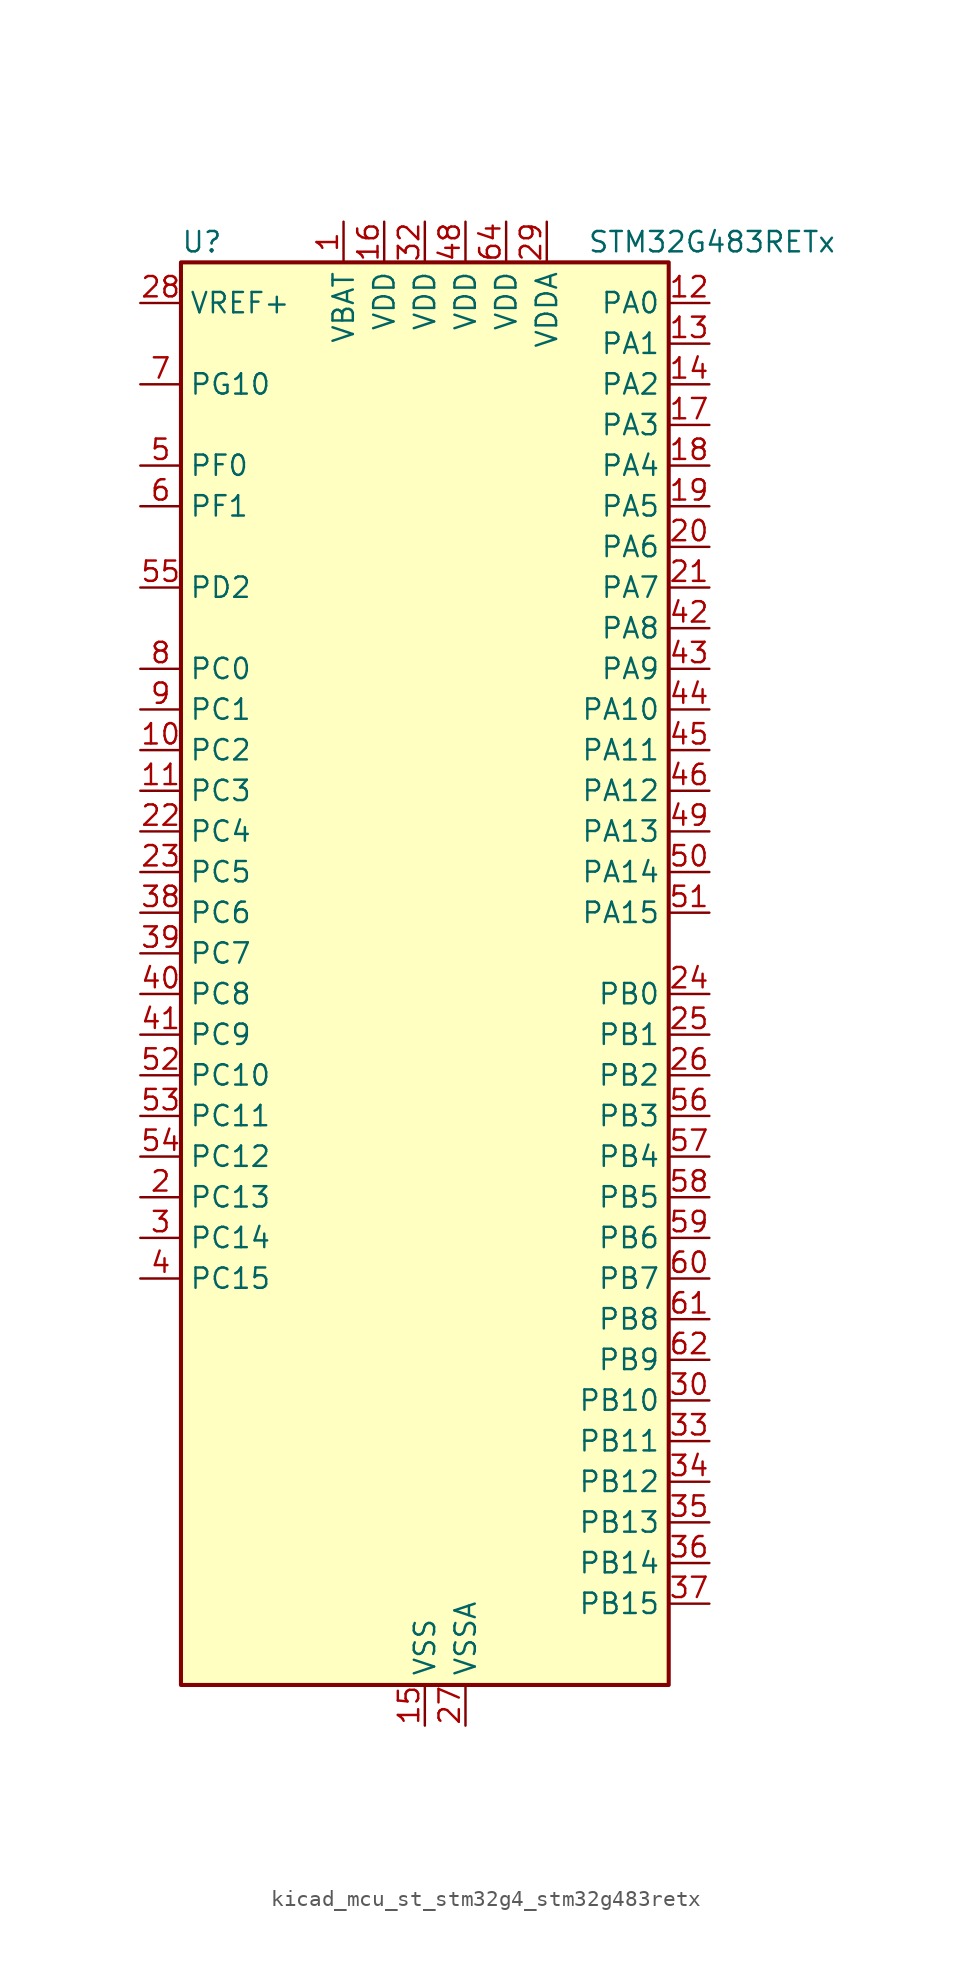
<source format=kicad_sym>
(kicad_symbol_lib
  (version 20220914)
  (generator kicad_symbol_editor)
  (symbol "kicad_mcu_st_stm32g4_stm32g483retx"
    (property "Reference" "U"
      (at -15.24 46.99 0)
      (effects (font (size 1.27 1.27)) (justify left)))
    (property "Value" "STM32G483RETx"
      (at 10.16 46.99 0)
      (effects (font (size 1.27 1.27)) (justify left)))
    (property "ki_locked" ""
      (at 0 0 0)
      (effects (font (size 1.27 1.27))))
    (symbol "kicad_mcu_st_stm32g4_stm32g483retx_0_1"
      (rectangle (start -15.24 -43.18) (end 15.24 45.72) (stroke (width 0.254) (type default)) (fill (type background))))
    (symbol "kicad_mcu_st_stm32g4_stm32g483retx_1_1"
      (pin power_in line (at -5.08 48.26 270) (length 2.54) (name "VBAT" (effects (font (size 1.27 1.27)))) (number "1" (effects (font (size 1.27 1.27)))))
      (pin bidirectional line (at -17.78 15.24 0) (length 2.54) (name "PC2" (effects (font (size 1.27 1.27)))) (number "10" (effects (font (size 1.27 1.27)))) (alternate "ADC1_IN8" bidirectional line) (alternate "ADC2_IN8" bidirectional line) (alternate "ADC3_EXTI2" bidirectional line) (alternate "ADC4_EXTI2" bidirectional line) (alternate "ADC5_EXTI2" bidirectional line) (alternate "COMP3_OUT" bidirectional line) (alternate "LPTIM1_IN2" bidirectional line) (alternate "QUADSPI1_BK2_IO1" bidirectional line) (alternate "TIM1_CH3" bidirectional line) (alternate "TIM20_CH2" bidirectional line))
      (pin bidirectional line (at -17.78 12.7 0) (length 2.54) (name "PC3" (effects (font (size 1.27 1.27)))) (number "11" (effects (font (size 1.27 1.27)))) (alternate "ADC1_IN9" bidirectional line) (alternate "ADC2_IN9" bidirectional line) (alternate "ADC3_EXTI3" bidirectional line) (alternate "ADC4_EXTI3" bidirectional line) (alternate "ADC5_EXTI3" bidirectional line) (alternate "LPTIM1_ETR" bidirectional line) (alternate "OPAMP5_VINP" bidirectional line) (alternate "OPAMP5_VINP_SEC" bidirectional line) (alternate "QUADSPI1_BK2_IO2" bidirectional line) (alternate "SAI1_D1" bidirectional line) (alternate "SAI1_SD_A" bidirectional line) (alternate "TIM1_BKIN2" bidirectional line) (alternate "TIM1_CH4" bidirectional line))
      (pin bidirectional line (at 17.78 43.18 180) (length 2.54) (name "PA0" (effects (font (size 1.27 1.27)))) (number "12" (effects (font (size 1.27 1.27)))) (alternate "ADC1_IN1" bidirectional line) (alternate "ADC2_IN1" bidirectional line) (alternate "COMP1_INM" bidirectional line) (alternate "COMP1_OUT" bidirectional line) (alternate "COMP3_INP" bidirectional line) (alternate "RTC_TAMP2" bidirectional line) (alternate "SYS_WKUP1" bidirectional line) (alternate "TIM2_CH1" bidirectional line) (alternate "TIM2_ETR" bidirectional line) (alternate "TIM5_CH1" bidirectional line) (alternate "TIM8_BKIN" bidirectional line) (alternate "TIM8_ETR" bidirectional line) (alternate "USART2_CTS" bidirectional line) (alternate "USART2_NSS" bidirectional line))
      (pin bidirectional line (at 17.78 40.64 180) (length 2.54) (name "PA1" (effects (font (size 1.27 1.27)))) (number "13" (effects (font (size 1.27 1.27)))) (alternate "ADC1_IN2" bidirectional line) (alternate "ADC2_IN2" bidirectional line) (alternate "COMP1_INP" bidirectional line) (alternate "OPAMP1_VINP" bidirectional line) (alternate "OPAMP1_VINP_SEC" bidirectional line) (alternate "OPAMP3_VINP" bidirectional line) (alternate "OPAMP3_VINP_SEC" bidirectional line) (alternate "OPAMP6_VINM" bidirectional line) (alternate "OPAMP6_VINM0" bidirectional line) (alternate "OPAMP6_VINM_SEC" bidirectional line) (alternate "RTC_REFIN" bidirectional line) (alternate "TIM15_CH1N" bidirectional line) (alternate "TIM2_CH2" bidirectional line) (alternate "TIM5_CH2" bidirectional line) (alternate "USART2_DE" bidirectional line) (alternate "USART2_RTS" bidirectional line))
      (pin bidirectional line (at 17.78 38.1 180) (length 2.54) (name "PA2" (effects (font (size 1.27 1.27)))) (number "14" (effects (font (size 1.27 1.27)))) (alternate "ADC1_IN3" bidirectional line) (alternate "ADC3_EXTI2" bidirectional line) (alternate "ADC4_EXTI2" bidirectional line) (alternate "ADC5_EXTI2" bidirectional line) (alternate "COMP2_INM" bidirectional line) (alternate "COMP2_OUT" bidirectional line) (alternate "LPUART1_TX" bidirectional line) (alternate "OPAMP1_VOUT" bidirectional line) (alternate "QUADSPI1_BK1_NCS" bidirectional line) (alternate "RCC_LSCO" bidirectional line) (alternate "SYS_WKUP4" bidirectional line) (alternate "TIM15_CH1" bidirectional line) (alternate "TIM2_CH3" bidirectional line) (alternate "TIM5_CH3" bidirectional line) (alternate "UCPD1_FRSTX1" bidirectional line) (alternate "UCPD1_FRSTX2" bidirectional line) (alternate "USART2_TX" bidirectional line))
      (pin power_in line (at 0 -45.72 90) (length 2.54) (name "VSS" (effects (font (size 1.27 1.27)))) (number "15" (effects (font (size 1.27 1.27)))))
      (pin power_in line (at -2.54 48.26 270) (length 2.54) (name "VDD" (effects (font (size 1.27 1.27)))) (number "16" (effects (font (size 1.27 1.27)))))
      (pin bidirectional line (at 17.78 35.56 180) (length 2.54) (name "PA3" (effects (font (size 1.27 1.27)))) (number "17" (effects (font (size 1.27 1.27)))) (alternate "ADC1_IN4" bidirectional line) (alternate "ADC3_EXTI3" bidirectional line) (alternate "ADC4_EXTI3" bidirectional line) (alternate "ADC5_EXTI3" bidirectional line) (alternate "COMP2_INP" bidirectional line) (alternate "LPUART1_RX" bidirectional line) (alternate "OPAMP1_VINM" bidirectional line) (alternate "OPAMP1_VINM0" bidirectional line) (alternate "OPAMP1_VINM_SEC" bidirectional line) (alternate "OPAMP1_VINP" bidirectional line) (alternate "OPAMP1_VINP_SEC" bidirectional line) (alternate "OPAMP5_VINM" bidirectional line) (alternate "OPAMP5_VINM1" bidirectional line) (alternate "OPAMP5_VINM_SEC" bidirectional line) (alternate "QUADSPI1_CLK" bidirectional line) (alternate "SAI1_CK1" bidirectional line) (alternate "SAI1_MCLK_A" bidirectional line) (alternate "TIM15_CH2" bidirectional line) (alternate "TIM2_CH4" bidirectional line) (alternate "TIM5_CH4" bidirectional line) (alternate "USART2_RX" bidirectional line))
      (pin bidirectional line (at 17.78 33.02 180) (length 2.54) (name "PA4" (effects (font (size 1.27 1.27)))) (number "18" (effects (font (size 1.27 1.27)))) (alternate "ADC2_IN17" bidirectional line) (alternate "COMP1_INM" bidirectional line) (alternate "DAC1_OUT1" bidirectional line) (alternate "I2S3_WS" bidirectional line) (alternate "SAI1_FS_B" bidirectional line) (alternate "SPI1_NSS" bidirectional line) (alternate "SPI3_NSS" bidirectional line) (alternate "TIM3_CH2" bidirectional line) (alternate "USART2_CK" bidirectional line))
      (pin bidirectional line (at 17.78 30.48 180) (length 2.54) (name "PA5" (effects (font (size 1.27 1.27)))) (number "19" (effects (font (size 1.27 1.27)))) (alternate "ADC2_IN13" bidirectional line) (alternate "COMP2_INM" bidirectional line) (alternate "DAC1_OUT2" bidirectional line) (alternate "OPAMP2_VINM" bidirectional line) (alternate "OPAMP2_VINM0" bidirectional line) (alternate "OPAMP2_VINM_SEC" bidirectional line) (alternate "SPI1_SCK" bidirectional line) (alternate "TIM2_CH1" bidirectional line) (alternate "TIM2_ETR" bidirectional line) (alternate "UCPD1_FRSTX1" bidirectional line) (alternate "UCPD1_FRSTX2" bidirectional line))
      (pin bidirectional line (at -17.78 -12.7 0) (length 2.54) (name "PC13" (effects (font (size 1.27 1.27)))) (number "2" (effects (font (size 1.27 1.27)))) (alternate "RTC_OUT1" bidirectional line) (alternate "RTC_TAMP1" bidirectional line) (alternate "RTC_TS" bidirectional line) (alternate "SYS_WKUP2" bidirectional line) (alternate "TIM1_BKIN" bidirectional line) (alternate "TIM1_CH1N" bidirectional line) (alternate "TIM8_CH4N" bidirectional line))
      (pin bidirectional line (at 17.78 27.94 180) (length 2.54) (name "PA6" (effects (font (size 1.27 1.27)))) (number "20" (effects (font (size 1.27 1.27)))) (alternate "ADC2_IN3" bidirectional line) (alternate "COMP1_OUT" bidirectional line) (alternate "DAC2_OUT1" bidirectional line) (alternate "LPUART1_CTS" bidirectional line) (alternate "OPAMP2_VOUT" bidirectional line) (alternate "QUADSPI1_BK1_IO3" bidirectional line) (alternate "SPI1_MISO" bidirectional line) (alternate "TIM16_CH1" bidirectional line) (alternate "TIM1_BKIN" bidirectional line) (alternate "TIM3_CH1" bidirectional line) (alternate "TIM8_BKIN" bidirectional line))
      (pin bidirectional line (at 17.78 25.4 180) (length 2.54) (name "PA7" (effects (font (size 1.27 1.27)))) (number "21" (effects (font (size 1.27 1.27)))) (alternate "ADC2_IN4" bidirectional line) (alternate "COMP2_INP" bidirectional line) (alternate "COMP2_OUT" bidirectional line) (alternate "OPAMP1_VINP" bidirectional line) (alternate "OPAMP1_VINP_SEC" bidirectional line) (alternate "OPAMP2_VINP" bidirectional line) (alternate "OPAMP2_VINP_SEC" bidirectional line) (alternate "QUADSPI1_BK1_IO2" bidirectional line) (alternate "SPI1_MOSI" bidirectional line) (alternate "TIM17_CH1" bidirectional line) (alternate "TIM1_CH1N" bidirectional line) (alternate "TIM3_CH2" bidirectional line) (alternate "TIM8_CH1N" bidirectional line) (alternate "UCPD1_FRSTX1" bidirectional line) (alternate "UCPD1_FRSTX2" bidirectional line))
      (pin bidirectional line (at -17.78 10.16 0) (length 2.54) (name "PC4" (effects (font (size 1.27 1.27)))) (number "22" (effects (font (size 1.27 1.27)))) (alternate "ADC2_IN5" bidirectional line) (alternate "I2C2_SCL" bidirectional line) (alternate "QUADSPI1_BK2_IO3" bidirectional line) (alternate "TIM1_ETR" bidirectional line) (alternate "USART1_TX" bidirectional line))
      (pin bidirectional line (at -17.78 7.62 0) (length 2.54) (name "PC5" (effects (font (size 1.27 1.27)))) (number "23" (effects (font (size 1.27 1.27)))) (alternate "ADC2_IN11" bidirectional line) (alternate "OPAMP1_VINM" bidirectional line) (alternate "OPAMP1_VINM1" bidirectional line) (alternate "OPAMP1_VINM_SEC" bidirectional line) (alternate "OPAMP2_VINM" bidirectional line) (alternate "OPAMP2_VINM1" bidirectional line) (alternate "OPAMP2_VINM_SEC" bidirectional line) (alternate "SAI1_D3" bidirectional line) (alternate "SYS_WKUP5" bidirectional line) (alternate "TIM15_BKIN" bidirectional line) (alternate "TIM1_CH4N" bidirectional line) (alternate "USART1_RX" bidirectional line))
      (pin bidirectional line (at 17.78 0 180) (length 2.54) (name "PB0" (effects (font (size 1.27 1.27)))) (number "24" (effects (font (size 1.27 1.27)))) (alternate "ADC1_IN15" bidirectional line) (alternate "ADC3_IN12" bidirectional line) (alternate "COMP4_INP" bidirectional line) (alternate "OPAMP2_VINP" bidirectional line) (alternate "OPAMP2_VINP_SEC" bidirectional line) (alternate "OPAMP3_VINP" bidirectional line) (alternate "OPAMP3_VINP_SEC" bidirectional line) (alternate "QUADSPI1_BK1_IO1" bidirectional line) (alternate "TIM1_CH2N" bidirectional line) (alternate "TIM3_CH3" bidirectional line) (alternate "TIM8_CH2N" bidirectional line) (alternate "UCPD1_FRSTX1" bidirectional line) (alternate "UCPD1_FRSTX2" bidirectional line))
      (pin bidirectional line (at 17.78 -2.54 180) (length 2.54) (name "PB1" (effects (font (size 1.27 1.27)))) (number "25" (effects (font (size 1.27 1.27)))) (alternate "ADC1_IN12" bidirectional line) (alternate "ADC3_IN1" bidirectional line) (alternate "COMP1_INP" bidirectional line) (alternate "COMP4_OUT" bidirectional line) (alternate "LPUART1_DE" bidirectional line) (alternate "LPUART1_RTS" bidirectional line) (alternate "OPAMP3_VOUT" bidirectional line) (alternate "OPAMP6_VINM" bidirectional line) (alternate "OPAMP6_VINM1" bidirectional line) (alternate "OPAMP6_VINM_SEC" bidirectional line) (alternate "QUADSPI1_BK1_IO0" bidirectional line) (alternate "TIM1_CH3N" bidirectional line) (alternate "TIM3_CH4" bidirectional line) (alternate "TIM8_CH3N" bidirectional line))
      (pin bidirectional line (at 17.78 -5.08 180) (length 2.54) (name "PB2" (effects (font (size 1.27 1.27)))) (number "26" (effects (font (size 1.27 1.27)))) (alternate "ADC2_IN12" bidirectional line) (alternate "ADC3_EXTI2" bidirectional line) (alternate "ADC4_EXTI2" bidirectional line) (alternate "ADC5_EXTI2" bidirectional line) (alternate "COMP4_INM" bidirectional line) (alternate "I2C3_SMBA" bidirectional line) (alternate "LPTIM1_OUT" bidirectional line) (alternate "OPAMP3_VINM" bidirectional line) (alternate "OPAMP3_VINM0" bidirectional line) (alternate "OPAMP3_VINM_SEC" bidirectional line) (alternate "QUADSPI1_BK2_IO1" bidirectional line) (alternate "RTC_OUT2" bidirectional line) (alternate "TIM20_CH1" bidirectional line) (alternate "TIM5_CH1" bidirectional line))
      (pin power_in line (at 2.54 -45.72 90) (length 2.54) (name "VSSA" (effects (font (size 1.27 1.27)))) (number "27" (effects (font (size 1.27 1.27)))))
      (pin input line (at -17.78 43.18 0) (length 2.54) (name "VREF+" (effects (font (size 1.27 1.27)))) (number "28" (effects (font (size 1.27 1.27)))) (alternate "VREFBUF_OUT" bidirectional line))
      (pin power_in line (at 7.62 48.26 270) (length 2.54) (name "VDDA" (effects (font (size 1.27 1.27)))) (number "29" (effects (font (size 1.27 1.27)))))
      (pin bidirectional line (at -17.78 -15.24 0) (length 2.54) (name "PC14" (effects (font (size 1.27 1.27)))) (number "3" (effects (font (size 1.27 1.27)))) (alternate "RCC_OSC32_IN" bidirectional line))
      (pin bidirectional line (at 17.78 -25.4 180) (length 2.54) (name "PB10" (effects (font (size 1.27 1.27)))) (number "30" (effects (font (size 1.27 1.27)))) (alternate "COMP5_INM" bidirectional line) (alternate "DAC1_EXTI10" bidirectional line) (alternate "DAC2_EXTI10" bidirectional line) (alternate "DAC3_EXTI10" bidirectional line) (alternate "DAC4_EXTI10" bidirectional line) (alternate "LPUART1_RX" bidirectional line) (alternate "OPAMP3_VINM" bidirectional line) (alternate "OPAMP3_VINM1" bidirectional line) (alternate "OPAMP3_VINM_SEC" bidirectional line) (alternate "OPAMP4_VINM" bidirectional line) (alternate "OPAMP4_VINM0" bidirectional line) (alternate "OPAMP4_VINM_SEC" bidirectional line) (alternate "QUADSPI1_CLK" bidirectional line) (alternate "SAI1_SCK_A" bidirectional line) (alternate "TIM1_BKIN" bidirectional line) (alternate "TIM2_CH3" bidirectional line) (alternate "USART3_TX" bidirectional line))
      (pin passive line (at 0 -45.72 90) (length 2.54) hide (name "VSS" (effects (font (size 1.27 1.27)))) (number "31" (effects (font (size 1.27 1.27)))))
      (pin power_in line (at 0 48.26 270) (length 2.54) (name "VDD" (effects (font (size 1.27 1.27)))) (number "32" (effects (font (size 1.27 1.27)))))
      (pin bidirectional line (at 17.78 -27.94 180) (length 2.54) (name "PB11" (effects (font (size 1.27 1.27)))) (number "33" (effects (font (size 1.27 1.27)))) (alternate "ADC1_EXTI11" bidirectional line) (alternate "ADC1_IN14" bidirectional line) (alternate "ADC2_EXTI11" bidirectional line) (alternate "ADC2_IN14" bidirectional line) (alternate "COMP6_INP" bidirectional line) (alternate "LPUART1_TX" bidirectional line) (alternate "OPAMP4_VINP" bidirectional line) (alternate "OPAMP4_VINP_SEC" bidirectional line) (alternate "OPAMP6_VOUT" bidirectional line) (alternate "QUADSPI1_BK1_NCS" bidirectional line) (alternate "TIM2_CH4" bidirectional line) (alternate "USART3_RX" bidirectional line))
      (pin bidirectional line (at 17.78 -30.48 180) (length 2.54) (name "PB12" (effects (font (size 1.27 1.27)))) (number "34" (effects (font (size 1.27 1.27)))) (alternate "ADC1_IN11" bidirectional line) (alternate "ADC4_IN3" bidirectional line) (alternate "COMP7_INM" bidirectional line) (alternate "FDCAN2_RX" bidirectional line) (alternate "I2C2_SMBA" bidirectional line) (alternate "I2S2_WS" bidirectional line) (alternate "LPUART1_DE" bidirectional line) (alternate "LPUART1_RTS" bidirectional line) (alternate "OPAMP4_VOUT" bidirectional line) (alternate "OPAMP6_VINP" bidirectional line) (alternate "OPAMP6_VINP_SEC" bidirectional line) (alternate "SPI2_NSS" bidirectional line) (alternate "TIM1_BKIN" bidirectional line) (alternate "TIM5_ETR" bidirectional line) (alternate "USART3_CK" bidirectional line))
      (pin bidirectional line (at 17.78 -33.02 180) (length 2.54) (name "PB13" (effects (font (size 1.27 1.27)))) (number "35" (effects (font (size 1.27 1.27)))) (alternate "ADC3_IN5" bidirectional line) (alternate "COMP5_INP" bidirectional line) (alternate "FDCAN2_TX" bidirectional line) (alternate "I2S2_CK" bidirectional line) (alternate "LPUART1_CTS" bidirectional line) (alternate "OPAMP3_VINP" bidirectional line) (alternate "OPAMP3_VINP_SEC" bidirectional line) (alternate "OPAMP4_VINP" bidirectional line) (alternate "OPAMP4_VINP_SEC" bidirectional line) (alternate "OPAMP6_VINP" bidirectional line) (alternate "OPAMP6_VINP_SEC" bidirectional line) (alternate "SPI2_SCK" bidirectional line) (alternate "TIM1_CH1N" bidirectional line) (alternate "USART3_CTS" bidirectional line) (alternate "USART3_NSS" bidirectional line))
      (pin bidirectional line (at 17.78 -35.56 180) (length 2.54) (name "PB14" (effects (font (size 1.27 1.27)))) (number "36" (effects (font (size 1.27 1.27)))) (alternate "ADC1_IN5" bidirectional line) (alternate "ADC4_IN4" bidirectional line) (alternate "COMP4_OUT" bidirectional line) (alternate "COMP7_INP" bidirectional line) (alternate "OPAMP2_VINP" bidirectional line) (alternate "OPAMP2_VINP_SEC" bidirectional line) (alternate "OPAMP5_VINP" bidirectional line) (alternate "OPAMP5_VINP_SEC" bidirectional line) (alternate "SPI2_MISO" bidirectional line) (alternate "TIM15_CH1" bidirectional line) (alternate "TIM1_CH2N" bidirectional line) (alternate "USART3_DE" bidirectional line) (alternate "USART3_RTS" bidirectional line))
      (pin bidirectional line (at 17.78 -38.1 180) (length 2.54) (name "PB15" (effects (font (size 1.27 1.27)))) (number "37" (effects (font (size 1.27 1.27)))) (alternate "ADC1_EXTI15" bidirectional line) (alternate "ADC2_EXTI15" bidirectional line) (alternate "ADC2_IN15" bidirectional line) (alternate "ADC4_IN5" bidirectional line) (alternate "COMP3_OUT" bidirectional line) (alternate "COMP6_INM" bidirectional line) (alternate "I2S2_SD" bidirectional line) (alternate "OPAMP5_VINM" bidirectional line) (alternate "OPAMP5_VINM0" bidirectional line) (alternate "OPAMP5_VINM_SEC" bidirectional line) (alternate "RTC_REFIN" bidirectional line) (alternate "SPI2_MOSI" bidirectional line) (alternate "TIM15_CH1N" bidirectional line) (alternate "TIM15_CH2" bidirectional line) (alternate "TIM1_CH3N" bidirectional line))
      (pin bidirectional line (at -17.78 5.08 0) (length 2.54) (name "PC6" (effects (font (size 1.27 1.27)))) (number "38" (effects (font (size 1.27 1.27)))) (alternate "COMP6_OUT" bidirectional line) (alternate "I2C4_SCL" bidirectional line) (alternate "I2S2_MCK" bidirectional line) (alternate "TIM3_CH1" bidirectional line) (alternate "TIM8_CH1" bidirectional line))
      (pin bidirectional line (at -17.78 2.54 0) (length 2.54) (name "PC7" (effects (font (size 1.27 1.27)))) (number "39" (effects (font (size 1.27 1.27)))) (alternate "COMP5_OUT" bidirectional line) (alternate "I2C4_SDA" bidirectional line) (alternate "I2S3_MCK" bidirectional line) (alternate "TIM3_CH2" bidirectional line) (alternate "TIM8_CH2" bidirectional line))
      (pin bidirectional line (at -17.78 -17.78 0) (length 2.54) (name "PC15" (effects (font (size 1.27 1.27)))) (number "4" (effects (font (size 1.27 1.27)))) (alternate "ADC1_EXTI15" bidirectional line) (alternate "ADC2_EXTI15" bidirectional line) (alternate "RCC_OSC32_OUT" bidirectional line))
      (pin bidirectional line (at -17.78 0 0) (length 2.54) (name "PC8" (effects (font (size 1.27 1.27)))) (number "40" (effects (font (size 1.27 1.27)))) (alternate "COMP7_OUT" bidirectional line) (alternate "I2C3_SCL" bidirectional line) (alternate "TIM20_CH3" bidirectional line) (alternate "TIM3_CH3" bidirectional line) (alternate "TIM8_CH3" bidirectional line))
      (pin bidirectional line (at -17.78 -2.54 0) (length 2.54) (name "PC9" (effects (font (size 1.27 1.27)))) (number "41" (effects (font (size 1.27 1.27)))) (alternate "DAC1_EXTI9" bidirectional line) (alternate "DAC2_EXTI9" bidirectional line) (alternate "DAC3_EXTI9" bidirectional line) (alternate "DAC4_EXTI9" bidirectional line) (alternate "I2C3_SDA" bidirectional line) (alternate "I2S_CKIN" bidirectional line) (alternate "TIM3_CH4" bidirectional line) (alternate "TIM8_BKIN2" bidirectional line) (alternate "TIM8_CH4" bidirectional line))
      (pin bidirectional line (at 17.78 22.86 180) (length 2.54) (name "PA8" (effects (font (size 1.27 1.27)))) (number "42" (effects (font (size 1.27 1.27)))) (alternate "ADC5_IN1" bidirectional line) (alternate "COMP7_OUT" bidirectional line) (alternate "FDCAN3_RX" bidirectional line) (alternate "I2C2_SDA" bidirectional line) (alternate "I2C3_SCL" bidirectional line) (alternate "I2S2_MCK" bidirectional line) (alternate "OPAMP5_VOUT" bidirectional line) (alternate "RCC_MCO" bidirectional line) (alternate "SAI1_CK2" bidirectional line) (alternate "SAI1_SCK_A" bidirectional line) (alternate "TIM1_CH1" bidirectional line) (alternate "TIM4_ETR" bidirectional line) (alternate "USART1_CK" bidirectional line))
      (pin bidirectional line (at 17.78 20.32 180) (length 2.54) (name "PA9" (effects (font (size 1.27 1.27)))) (number "43" (effects (font (size 1.27 1.27)))) (alternate "ADC5_IN2" bidirectional line) (alternate "COMP5_OUT" bidirectional line) (alternate "DAC1_EXTI9" bidirectional line) (alternate "DAC2_EXTI9" bidirectional line) (alternate "DAC3_EXTI9" bidirectional line) (alternate "DAC4_EXTI9" bidirectional line) (alternate "I2C2_SCL" bidirectional line) (alternate "I2C3_SMBA" bidirectional line) (alternate "I2S3_MCK" bidirectional line) (alternate "SAI1_FS_A" bidirectional line) (alternate "TIM15_BKIN" bidirectional line) (alternate "TIM1_CH2" bidirectional line) (alternate "TIM2_CH3" bidirectional line) (alternate "UCPD1_DBCC1" bidirectional line) (alternate "USART1_TX" bidirectional line))
      (pin bidirectional line (at 17.78 17.78 180) (length 2.54) (name "PA10" (effects (font (size 1.27 1.27)))) (number "44" (effects (font (size 1.27 1.27)))) (alternate "COMP6_OUT" bidirectional line) (alternate "CRS_SYNC" bidirectional line) (alternate "DAC1_EXTI10" bidirectional line) (alternate "DAC2_EXTI10" bidirectional line) (alternate "DAC3_EXTI10" bidirectional line) (alternate "DAC4_EXTI10" bidirectional line) (alternate "I2C2_SMBA" bidirectional line) (alternate "SAI1_D1" bidirectional line) (alternate "SAI1_SD_A" bidirectional line) (alternate "SPI2_MISO" bidirectional line) (alternate "TIM17_BKIN" bidirectional line) (alternate "TIM1_CH3" bidirectional line) (alternate "TIM2_CH4" bidirectional line) (alternate "TIM8_BKIN" bidirectional line) (alternate "UCPD1_DBCC2" bidirectional line) (alternate "USART1_RX" bidirectional line))
      (pin bidirectional line (at 17.78 15.24 180) (length 2.54) (name "PA11" (effects (font (size 1.27 1.27)))) (number "45" (effects (font (size 1.27 1.27)))) (alternate "ADC1_EXTI11" bidirectional line) (alternate "ADC2_EXTI11" bidirectional line) (alternate "COMP1_OUT" bidirectional line) (alternate "FDCAN1_RX" bidirectional line) (alternate "I2S2_SD" bidirectional line) (alternate "SPI2_MOSI" bidirectional line) (alternate "TIM1_BKIN2" bidirectional line) (alternate "TIM1_CH1N" bidirectional line) (alternate "TIM1_CH4" bidirectional line) (alternate "TIM4_CH1" bidirectional line) (alternate "USART1_CTS" bidirectional line) (alternate "USART1_NSS" bidirectional line) (alternate "USB_DM" bidirectional line))
      (pin bidirectional line (at 17.78 12.7 180) (length 2.54) (name "PA12" (effects (font (size 1.27 1.27)))) (number "46" (effects (font (size 1.27 1.27)))) (alternate "COMP2_OUT" bidirectional line) (alternate "FDCAN1_TX" bidirectional line) (alternate "I2S_CKIN" bidirectional line) (alternate "TIM16_CH1" bidirectional line) (alternate "TIM1_CH2N" bidirectional line) (alternate "TIM1_ETR" bidirectional line) (alternate "TIM4_CH2" bidirectional line) (alternate "USART1_DE" bidirectional line) (alternate "USART1_RTS" bidirectional line) (alternate "USB_DP" bidirectional line))
      (pin passive line (at 0 -45.72 90) (length 2.54) hide (name "VSS" (effects (font (size 1.27 1.27)))) (number "47" (effects (font (size 1.27 1.27)))))
      (pin power_in line (at 2.54 48.26 270) (length 2.54) (name "VDD" (effects (font (size 1.27 1.27)))) (number "48" (effects (font (size 1.27 1.27)))))
      (pin bidirectional line (at 17.78 10.16 180) (length 2.54) (name "PA13" (effects (font (size 1.27 1.27)))) (number "49" (effects (font (size 1.27 1.27)))) (alternate "I2C1_SCL" bidirectional line) (alternate "I2C4_SCL" bidirectional line) (alternate "IR_OUT" bidirectional line) (alternate "SAI1_SD_B" bidirectional line) (alternate "SYS_JTMS-SWDIO" bidirectional line) (alternate "TIM16_CH1N" bidirectional line) (alternate "TIM4_CH3" bidirectional line) (alternate "USART3_CTS" bidirectional line) (alternate "USART3_NSS" bidirectional line))
      (pin bidirectional line (at -17.78 33.02 0) (length 2.54) (name "PF0" (effects (font (size 1.27 1.27)))) (number "5" (effects (font (size 1.27 1.27)))) (alternate "ADC1_IN10" bidirectional line) (alternate "I2C2_SDA" bidirectional line) (alternate "I2S2_WS" bidirectional line) (alternate "RCC_OSC_IN" bidirectional line) (alternate "SPI2_NSS" bidirectional line) (alternate "TIM1_CH3N" bidirectional line))
      (pin bidirectional line (at 17.78 7.62 180) (length 2.54) (name "PA14" (effects (font (size 1.27 1.27)))) (number "50" (effects (font (size 1.27 1.27)))) (alternate "I2C1_SDA" bidirectional line) (alternate "I2C4_SMBA" bidirectional line) (alternate "LPTIM1_OUT" bidirectional line) (alternate "SAI1_FS_B" bidirectional line) (alternate "SYS_JTCK-SWCLK" bidirectional line) (alternate "TIM1_BKIN" bidirectional line) (alternate "TIM8_CH2" bidirectional line) (alternate "USART2_TX" bidirectional line))
      (pin bidirectional line (at 17.78 5.08 180) (length 2.54) (name "PA15" (effects (font (size 1.27 1.27)))) (number "51" (effects (font (size 1.27 1.27)))) (alternate "ADC1_EXTI15" bidirectional line) (alternate "ADC2_EXTI15" bidirectional line) (alternate "FDCAN3_TX" bidirectional line) (alternate "I2C1_SCL" bidirectional line) (alternate "I2S3_WS" bidirectional line) (alternate "SPI1_NSS" bidirectional line) (alternate "SPI3_NSS" bidirectional line) (alternate "SYS_JTDI" bidirectional line) (alternate "TIM1_BKIN" bidirectional line) (alternate "TIM2_CH1" bidirectional line) (alternate "TIM2_ETR" bidirectional line) (alternate "TIM8_CH1" bidirectional line) (alternate "UART4_DE" bidirectional line) (alternate "UART4_RTS" bidirectional line) (alternate "USART2_RX" bidirectional line))
      (pin bidirectional line (at -17.78 -5.08 0) (length 2.54) (name "PC10" (effects (font (size 1.27 1.27)))) (number "52" (effects (font (size 1.27 1.27)))) (alternate "DAC1_EXTI10" bidirectional line) (alternate "DAC2_EXTI10" bidirectional line) (alternate "DAC3_EXTI10" bidirectional line) (alternate "DAC4_EXTI10" bidirectional line) (alternate "I2S3_CK" bidirectional line) (alternate "SPI3_SCK" bidirectional line) (alternate "TIM8_CH1N" bidirectional line) (alternate "UART4_TX" bidirectional line) (alternate "USART3_TX" bidirectional line))
      (pin bidirectional line (at -17.78 -7.62 0) (length 2.54) (name "PC11" (effects (font (size 1.27 1.27)))) (number "53" (effects (font (size 1.27 1.27)))) (alternate "ADC1_EXTI11" bidirectional line) (alternate "ADC2_EXTI11" bidirectional line) (alternate "I2C3_SDA" bidirectional line) (alternate "SPI3_MISO" bidirectional line) (alternate "TIM8_CH2N" bidirectional line) (alternate "UART4_RX" bidirectional line) (alternate "USART3_RX" bidirectional line))
      (pin bidirectional line (at -17.78 -10.16 0) (length 2.54) (name "PC12" (effects (font (size 1.27 1.27)))) (number "54" (effects (font (size 1.27 1.27)))) (alternate "I2S3_SD" bidirectional line) (alternate "SPI3_MOSI" bidirectional line) (alternate "TIM5_CH2" bidirectional line) (alternate "TIM8_CH3N" bidirectional line) (alternate "UART5_TX" bidirectional line) (alternate "UCPD1_FRSTX1" bidirectional line) (alternate "UCPD1_FRSTX2" bidirectional line) (alternate "USART3_CK" bidirectional line))
      (pin bidirectional line (at -17.78 25.4 0) (length 2.54) (name "PD2" (effects (font (size 1.27 1.27)))) (number "55" (effects (font (size 1.27 1.27)))) (alternate "ADC3_EXTI2" bidirectional line) (alternate "ADC4_EXTI2" bidirectional line) (alternate "ADC5_EXTI2" bidirectional line) (alternate "TIM3_ETR" bidirectional line) (alternate "TIM8_BKIN" bidirectional line) (alternate "UART5_RX" bidirectional line))
      (pin bidirectional line (at 17.78 -7.62 180) (length 2.54) (name "PB3" (effects (font (size 1.27 1.27)))) (number "56" (effects (font (size 1.27 1.27)))) (alternate "ADC3_EXTI3" bidirectional line) (alternate "ADC4_EXTI3" bidirectional line) (alternate "ADC5_EXTI3" bidirectional line) (alternate "CRS_SYNC" bidirectional line) (alternate "FDCAN3_RX" bidirectional line) (alternate "I2S3_CK" bidirectional line) (alternate "SAI1_SCK_B" bidirectional line) (alternate "SPI1_SCK" bidirectional line) (alternate "SPI3_SCK" bidirectional line) (alternate "SYS_JTDO-SWO" bidirectional line) (alternate "TIM2_CH2" bidirectional line) (alternate "TIM3_ETR" bidirectional line) (alternate "TIM4_ETR" bidirectional line) (alternate "TIM8_CH1N" bidirectional line) (alternate "USART2_TX" bidirectional line))
      (pin bidirectional line (at 17.78 -10.16 180) (length 2.54) (name "PB4" (effects (font (size 1.27 1.27)))) (number "57" (effects (font (size 1.27 1.27)))) (alternate "FDCAN3_TX" bidirectional line) (alternate "SAI1_MCLK_B" bidirectional line) (alternate "SPI1_MISO" bidirectional line) (alternate "SPI3_MISO" bidirectional line) (alternate "SYS_JTRST" bidirectional line) (alternate "TIM16_CH1" bidirectional line) (alternate "TIM17_BKIN" bidirectional line) (alternate "TIM3_CH1" bidirectional line) (alternate "TIM8_CH2N" bidirectional line) (alternate "UART5_DE" bidirectional line) (alternate "UART5_RTS" bidirectional line) (alternate "UCPD1_CC2" bidirectional line) (alternate "USART2_RX" bidirectional line))
      (pin bidirectional line (at 17.78 -12.7 180) (length 2.54) (name "PB5" (effects (font (size 1.27 1.27)))) (number "58" (effects (font (size 1.27 1.27)))) (alternate "FDCAN2_RX" bidirectional line) (alternate "I2C1_SMBA" bidirectional line) (alternate "I2C3_SDA" bidirectional line) (alternate "I2S3_SD" bidirectional line) (alternate "LPTIM1_IN1" bidirectional line) (alternate "SAI1_SD_B" bidirectional line) (alternate "SPI1_MOSI" bidirectional line) (alternate "SPI3_MOSI" bidirectional line) (alternate "TIM16_BKIN" bidirectional line) (alternate "TIM17_CH1" bidirectional line) (alternate "TIM3_CH2" bidirectional line) (alternate "TIM8_CH3N" bidirectional line) (alternate "UART5_CTS" bidirectional line) (alternate "USART2_CK" bidirectional line))
      (pin bidirectional line (at 17.78 -15.24 180) (length 2.54) (name "PB6" (effects (font (size 1.27 1.27)))) (number "59" (effects (font (size 1.27 1.27)))) (alternate "COMP4_OUT" bidirectional line) (alternate "FDCAN2_TX" bidirectional line) (alternate "LPTIM1_ETR" bidirectional line) (alternate "SAI1_FS_B" bidirectional line) (alternate "TIM16_CH1N" bidirectional line) (alternate "TIM4_CH1" bidirectional line) (alternate "TIM8_BKIN2" bidirectional line) (alternate "TIM8_CH1" bidirectional line) (alternate "TIM8_ETR" bidirectional line) (alternate "UCPD1_CC1" bidirectional line) (alternate "USART1_TX" bidirectional line))
      (pin bidirectional line (at -17.78 30.48 0) (length 2.54) (name "PF1" (effects (font (size 1.27 1.27)))) (number "6" (effects (font (size 1.27 1.27)))) (alternate "ADC2_IN10" bidirectional line) (alternate "COMP3_INM" bidirectional line) (alternate "I2S2_CK" bidirectional line) (alternate "RCC_OSC_OUT" bidirectional line) (alternate "SPI2_SCK" bidirectional line))
      (pin bidirectional line (at 17.78 -17.78 180) (length 2.54) (name "PB7" (effects (font (size 1.27 1.27)))) (number "60" (effects (font (size 1.27 1.27)))) (alternate "COMP3_OUT" bidirectional line) (alternate "I2C1_SDA" bidirectional line) (alternate "I2C4_SDA" bidirectional line) (alternate "LPTIM1_IN2" bidirectional line) (alternate "SYS_PVD_IN" bidirectional line) (alternate "TIM17_CH1N" bidirectional line) (alternate "TIM3_CH4" bidirectional line) (alternate "TIM4_CH2" bidirectional line) (alternate "TIM8_BKIN" bidirectional line) (alternate "UART4_CTS" bidirectional line) (alternate "USART1_RX" bidirectional line))
      (pin bidirectional line (at 17.78 -20.32 180) (length 2.54) (name "PB8" (effects (font (size 1.27 1.27)))) (number "61" (effects (font (size 1.27 1.27)))) (alternate "COMP1_OUT" bidirectional line) (alternate "FDCAN1_RX" bidirectional line) (alternate "I2C1_SCL" bidirectional line) (alternate "SAI1_CK1" bidirectional line) (alternate "SAI1_MCLK_A" bidirectional line) (alternate "TIM16_CH1" bidirectional line) (alternate "TIM1_BKIN" bidirectional line) (alternate "TIM4_CH3" bidirectional line) (alternate "TIM8_CH2" bidirectional line) (alternate "USART3_RX" bidirectional line))
      (pin bidirectional line (at 17.78 -22.86 180) (length 2.54) (name "PB9" (effects (font (size 1.27 1.27)))) (number "62" (effects (font (size 1.27 1.27)))) (alternate "COMP2_OUT" bidirectional line) (alternate "DAC1_EXTI9" bidirectional line) (alternate "DAC2_EXTI9" bidirectional line) (alternate "DAC3_EXTI9" bidirectional line) (alternate "DAC4_EXTI9" bidirectional line) (alternate "FDCAN1_TX" bidirectional line) (alternate "I2C1_SDA" bidirectional line) (alternate "IR_OUT" bidirectional line) (alternate "SAI1_D2" bidirectional line) (alternate "SAI1_FS_A" bidirectional line) (alternate "TIM17_CH1" bidirectional line) (alternate "TIM1_CH3N" bidirectional line) (alternate "TIM4_CH4" bidirectional line) (alternate "TIM8_CH3" bidirectional line) (alternate "USART3_TX" bidirectional line))
      (pin passive line (at 0 -45.72 90) (length 2.54) hide (name "VSS" (effects (font (size 1.27 1.27)))) (number "63" (effects (font (size 1.27 1.27)))))
      (pin power_in line (at 5.08 48.26 270) (length 2.54) (name "VDD" (effects (font (size 1.27 1.27)))) (number "64" (effects (font (size 1.27 1.27)))))
      (pin bidirectional line (at -17.78 38.1 0) (length 2.54) (name "PG10" (effects (font (size 1.27 1.27)))) (number "7" (effects (font (size 1.27 1.27)))) (alternate "DAC1_EXTI10" bidirectional line) (alternate "DAC2_EXTI10" bidirectional line) (alternate "DAC3_EXTI10" bidirectional line) (alternate "DAC4_EXTI10" bidirectional line) (alternate "RCC_MCO" bidirectional line))
      (pin bidirectional line (at -17.78 20.32 0) (length 2.54) (name "PC0" (effects (font (size 1.27 1.27)))) (number "8" (effects (font (size 1.27 1.27)))) (alternate "ADC1_IN6" bidirectional line) (alternate "ADC2_IN6" bidirectional line) (alternate "COMP3_INM" bidirectional line) (alternate "LPTIM1_IN1" bidirectional line) (alternate "LPUART1_RX" bidirectional line) (alternate "TIM1_CH1" bidirectional line))
      (pin bidirectional line (at -17.78 17.78 0) (length 2.54) (name "PC1" (effects (font (size 1.27 1.27)))) (number "9" (effects (font (size 1.27 1.27)))) (alternate "ADC1_IN7" bidirectional line) (alternate "ADC2_IN7" bidirectional line) (alternate "COMP3_INP" bidirectional line) (alternate "LPTIM1_OUT" bidirectional line) (alternate "LPUART1_TX" bidirectional line) (alternate "QUADSPI1_BK2_IO0" bidirectional line) (alternate "SAI1_SD_A" bidirectional line) (alternate "TIM1_CH2" bidirectional line)))))
</source>
